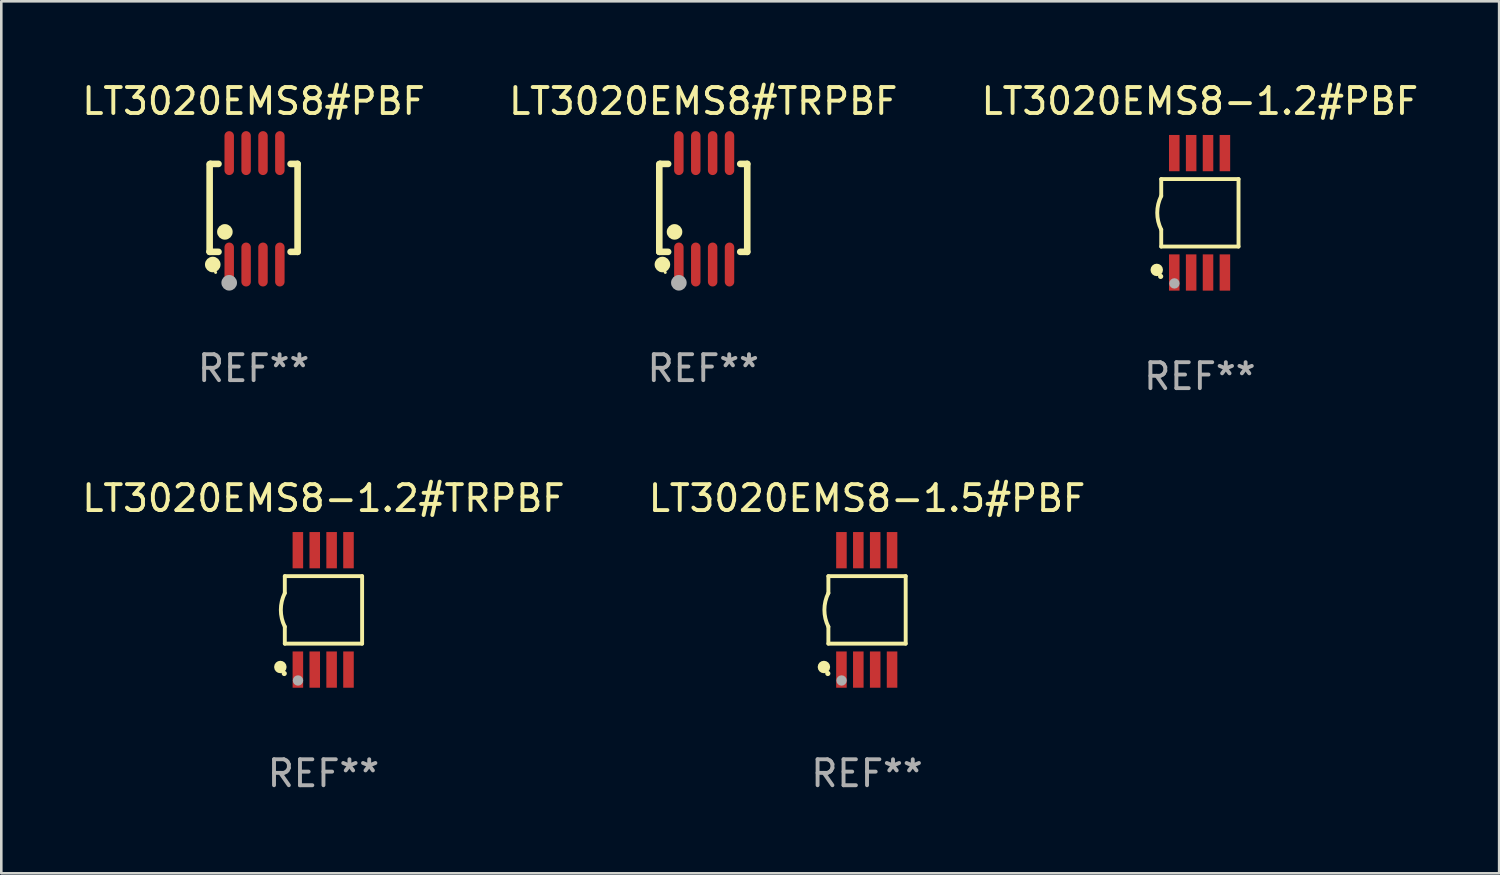
<source format=kicad_pcb>
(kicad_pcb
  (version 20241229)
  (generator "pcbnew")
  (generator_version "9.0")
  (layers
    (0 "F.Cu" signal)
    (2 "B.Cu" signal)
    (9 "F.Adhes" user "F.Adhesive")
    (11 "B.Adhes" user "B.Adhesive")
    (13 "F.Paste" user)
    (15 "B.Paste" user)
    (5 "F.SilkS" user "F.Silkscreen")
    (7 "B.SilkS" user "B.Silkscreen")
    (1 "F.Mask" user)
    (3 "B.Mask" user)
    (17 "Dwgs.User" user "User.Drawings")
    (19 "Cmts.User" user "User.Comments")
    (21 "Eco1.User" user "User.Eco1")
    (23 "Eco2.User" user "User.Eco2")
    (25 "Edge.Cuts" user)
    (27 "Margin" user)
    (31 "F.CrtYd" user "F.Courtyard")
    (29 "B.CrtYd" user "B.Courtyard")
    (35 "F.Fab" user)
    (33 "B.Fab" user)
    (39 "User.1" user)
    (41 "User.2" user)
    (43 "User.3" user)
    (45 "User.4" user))
  (footprint "LT3020EMS8-1.2#PBF"
    (layer "F.Cu")
    (at 43.173 5.148)
    (property "Reference" "LT3020EMS8-1.2#PBF" (at 0 -4.3 0) (layer "F.SilkS") (effects (font (size 1 1) (thickness 0.15))))
    (attr through_hole)
    (fp_line (start -1.489 -1.3) (end -1.489 -0.648) (stroke (width 0.15) (type solid)) (layer "F.SilkS"))
    (fp_line (start -1.489 0.648) (end -1.489 1.3) (stroke (width 0.15) (type solid)) (layer "F.SilkS"))
    (fp_line (start -1.489 1.3) (end 1.489 1.3) (stroke (width 0.15) (type solid)) (layer "F.SilkS"))
    (fp_line (start 1.489 -1.3) (end -1.489 -1.3) (stroke (width 0.15) (type solid)) (layer "F.SilkS"))
    (fp_line (start 1.489 1.3) (end 1.489 -1.3) (stroke (width 0.15) (type solid)) (layer "F.SilkS"))
    (fp_arc (start -1.489205 0.647702) (mid -1.642107 0) (end -1.489205 -0.647701) (stroke (width 0.150013) (type solid)) (layer "F.SilkS"))
    (fp_circle (center -1.661 2.2) (end -1.541 2.2) (stroke (width 0.24) (type solid)) (fill no) (layer "F.SilkS"))
    (fp_circle (center -1.511 2.45) (end -1.461 2.45) (stroke (width 0.1) (type solid)) (fill no) (layer "F.SilkS"))
    (fp_circle (center -0.981 2.72) (end -0.881 2.72) (stroke (width 0.2) (type solid)) (fill no) (layer "F.Fab"))
    (fp_text user "REF**" (at 0 6.3 0) (layer "F.Fab") (effects (font (size 1 1) (thickness 0.15))))
    (pad "1" smd rect (at -0.986 2.3) (size 0.406 1.397) (layers "F.Cu" "F.Mask" "F.Paste"))
    (pad "2" smd rect (at -0.336 2.3) (size 0.406 1.397) (layers "F.Cu" "F.Mask" "F.Paste"))
    (pad "3" smd rect (at 0.314 2.3) (size 0.406 1.397) (layers "F.Cu" "F.Mask" "F.Paste"))
    (pad "4" smd rect (at 0.964 2.3) (size 0.406 1.397) (layers "F.Cu" "F.Mask" "F.Paste"))
    (pad "5" smd rect (at 0.964 -2.3) (size 0.406 1.397) (layers "F.Cu" "F.Mask" "F.Paste"))
    (pad "6" smd rect (at 0.314 -2.3) (size 0.406 1.397) (layers "F.Cu" "F.Mask" "F.Paste"))
    (pad "7" smd rect (at -0.336 -2.3) (size 0.406 1.397) (layers "F.Cu" "F.Mask" "F.Paste"))
    (pad "8" smd rect (at -0.986 -2.3) (size 0.406 1.397) (layers "F.Cu" "F.Mask" "F.Paste")))
  (footprint "LT3020EMS8#PBF"
    (layer "F.Cu")
    (at 6.72 4.994)
    (property "Reference" "LT3020EMS8#PBF" (at 0 -4.146 0) (layer "F.SilkS") (effects (font (size 1 1) (thickness 0.15))))
    (attr through_hole)
    (fp_line (start -1.694 -1.724) (end -1.694 1.652) (stroke (width 0.254) (type solid)) (layer "F.SilkS"))
    (fp_line (start -1.694 1.652) (end -1.688 1.658) (stroke (width 0.254) (type solid)) (layer "F.SilkS"))
    (fp_line (start -1.688 1.658) (end -1.353 1.658) (stroke (width 0.254) (type solid)) (layer "F.SilkS"))
    (fp_line (start -1.661 -1.73) (end -1.681 -1.71) (stroke (width 0.254) (type solid)) (layer "F.SilkS"))
    (fp_line (start -1.353 -1.73) (end -1.661 -1.73) (stroke (width 0.254) (type solid)) (layer "F.SilkS"))
    (fp_line (start 1.424 1.658) (end 1.694 1.658) (stroke (width 0.254) (type solid)) (layer "F.SilkS"))
    (fp_line (start 1.694 -1.73) (end 1.424 -1.73) (stroke (width 0.254) (type solid)) (layer "F.SilkS"))
    (fp_line (start 1.694 1.658) (end 1.694 -1.73) (stroke (width 0.254) (type solid)) (layer "F.SilkS"))
    (fp_circle (center -1.574 2.146) (end -1.424 2.146) (stroke (width 0.3) (type solid)) (fill no) (layer "F.SilkS"))
    (fp_circle (center -1.464 2.45) (end -1.434 2.45) (stroke (width 0.06) (type solid)) (fill no) (layer "F.SilkS"))
    (fp_circle (center -1.107 0.889) (end -0.957 0.889) (stroke (width 0.3) (type solid)) (fill no) (layer "F.SilkS"))
    (fp_circle (center -0.94 2.85) (end -0.789 2.85) (stroke (width 0.3) (type solid)) (fill no) (layer "F.Fab"))
    (fp_text user "REF**" (at 0 6.146 0) (layer "F.Fab") (effects (font (size 1 1) (thickness 0.15))))
    (pad "1" smd oval (at -0.94 2.146) (size 0.364 1.692) (layers "F.Cu" "F.Mask" "F.Paste"))
    (pad "2" smd oval (at -0.289 2.146) (size 0.364 1.692) (layers "F.Cu" "F.Mask" "F.Paste"))
    (pad "3" smd oval (at 0.361 2.146) (size 0.364 1.692) (layers "F.Cu" "F.Mask" "F.Paste"))
    (pad "4" smd oval (at 1.011 2.146) (size 0.364 1.692) (layers "F.Cu" "F.Mask" "F.Paste"))
    (pad "5" smd oval (at 1.011 -2.146) (size 0.364 1.692) (layers "F.Cu" "F.Mask" "F.Paste"))
    (pad "6" smd oval (at 0.361 -2.146) (size 0.364 1.692) (layers "F.Cu" "F.Mask" "F.Paste"))
    (pad "7" smd oval (at -0.289 -2.146) (size 0.364 1.692) (layers "F.Cu" "F.Mask" "F.Paste"))
    (pad "8" smd oval (at -0.94 -2.146) (size 0.364 1.692) (layers "F.Cu" "F.Mask" "F.Paste")))
  (footprint "LT3020EMS8#TRPBF"
    (layer "F.Cu")
    (at 24.042 4.994)
    (property "Reference" "LT3020EMS8#TRPBF" (at 0 -4.146 0) (layer "F.SilkS") (effects (font (size 1 1) (thickness 0.15))))
    (attr through_hole)
    (fp_line (start -1.694 -1.724) (end -1.694 1.652) (stroke (width 0.254) (type solid)) (layer "F.SilkS"))
    (fp_line (start -1.694 1.652) (end -1.688 1.658) (stroke (width 0.254) (type solid)) (layer "F.SilkS"))
    (fp_line (start -1.688 1.658) (end -1.353 1.658) (stroke (width 0.254) (type solid)) (layer "F.SilkS"))
    (fp_line (start -1.661 -1.73) (end -1.681 -1.71) (stroke (width 0.254) (type solid)) (layer "F.SilkS"))
    (fp_line (start -1.353 -1.73) (end -1.661 -1.73) (stroke (width 0.254) (type solid)) (layer "F.SilkS"))
    (fp_line (start 1.424 1.658) (end 1.694 1.658) (stroke (width 0.254) (type solid)) (layer "F.SilkS"))
    (fp_line (start 1.694 -1.73) (end 1.424 -1.73) (stroke (width 0.254) (type solid)) (layer "F.SilkS"))
    (fp_line (start 1.694 1.658) (end 1.694 -1.73) (stroke (width 0.254) (type solid)) (layer "F.SilkS"))
    (fp_circle (center -1.574 2.146) (end -1.424 2.146) (stroke (width 0.3) (type solid)) (fill no) (layer "F.SilkS"))
    (fp_circle (center -1.464 2.45) (end -1.434 2.45) (stroke (width 0.06) (type solid)) (fill no) (layer "F.SilkS"))
    (fp_circle (center -1.107 0.889) (end -0.957 0.889) (stroke (width 0.3) (type solid)) (fill no) (layer "F.SilkS"))
    (fp_circle (center -0.94 2.85) (end -0.789 2.85) (stroke (width 0.3) (type solid)) (fill no) (layer "F.Fab"))
    (fp_text user "REF**" (at 0 6.146 0) (layer "F.Fab") (effects (font (size 1 1) (thickness 0.15))))
    (pad "1" smd oval (at -0.94 2.146) (size 0.364 1.692) (layers "F.Cu" "F.Mask" "F.Paste"))
    (pad "2" smd oval (at -0.289 2.146) (size 0.364 1.692) (layers "F.Cu" "F.Mask" "F.Paste"))
    (pad "3" smd oval (at 0.361 2.146) (size 0.364 1.692) (layers "F.Cu" "F.Mask" "F.Paste"))
    (pad "4" smd oval (at 1.011 2.146) (size 0.364 1.692) (layers "F.Cu" "F.Mask" "F.Paste"))
    (pad "5" smd oval (at 1.011 -2.146) (size 0.364 1.692) (layers "F.Cu" "F.Mask" "F.Paste"))
    (pad "6" smd oval (at 0.361 -2.146) (size 0.364 1.692) (layers "F.Cu" "F.Mask" "F.Paste"))
    (pad "7" smd oval (at -0.289 -2.146) (size 0.364 1.692) (layers "F.Cu" "F.Mask" "F.Paste"))
    (pad "8" smd oval (at -0.94 -2.146) (size 0.364 1.692) (layers "F.Cu" "F.Mask" "F.Paste")))
  (footprint "LT3020EMS8-1.5#PBF"
    (layer "F.Cu")
    (at 30.351 20.445)
    (property "Reference" "LT3020EMS8-1.5#PBF" (at 0 -4.3 0) (layer "F.SilkS") (effects (font (size 1 1) (thickness 0.15))))
    (attr through_hole)
    (fp_line (start -1.489 -1.3) (end -1.489 -0.648) (stroke (width 0.15) (type solid)) (layer "F.SilkS"))
    (fp_line (start -1.489 0.648) (end -1.489 1.3) (stroke (width 0.15) (type solid)) (layer "F.SilkS"))
    (fp_line (start -1.489 1.3) (end 1.489 1.3) (stroke (width 0.15) (type solid)) (layer "F.SilkS"))
    (fp_line (start 1.489 -1.3) (end -1.489 -1.3) (stroke (width 0.15) (type solid)) (layer "F.SilkS"))
    (fp_line (start 1.489 1.3) (end 1.489 -1.3) (stroke (width 0.15) (type solid)) (layer "F.SilkS"))
    (fp_arc (start -1.489205 0.647702) (mid -1.642107 0) (end -1.489205 -0.647701) (stroke (width 0.150013) (type solid)) (layer "F.SilkS"))
    (fp_circle (center -1.661 2.2) (end -1.541 2.2) (stroke (width 0.24) (type solid)) (fill no) (layer "F.SilkS"))
    (fp_circle (center -1.511 2.45) (end -1.461 2.45) (stroke (width 0.1) (type solid)) (fill no) (layer "F.SilkS"))
    (fp_circle (center -0.981 2.72) (end -0.881 2.72) (stroke (width 0.2) (type solid)) (fill no) (layer "F.Fab"))
    (fp_text user "REF**" (at 0 6.3 0) (layer "F.Fab") (effects (font (size 1 1) (thickness 0.15))))
    (pad "1" smd rect (at -0.986 2.3) (size 0.406 1.397) (layers "F.Cu" "F.Mask" "F.Paste"))
    (pad "2" smd rect (at -0.336 2.3) (size 0.406 1.397) (layers "F.Cu" "F.Mask" "F.Paste"))
    (pad "3" smd rect (at 0.314 2.3) (size 0.406 1.397) (layers "F.Cu" "F.Mask" "F.Paste"))
    (pad "4" smd rect (at 0.964 2.3) (size 0.406 1.397) (layers "F.Cu" "F.Mask" "F.Paste"))
    (pad "5" smd rect (at 0.964 -2.3) (size 0.406 1.397) (layers "F.Cu" "F.Mask" "F.Paste"))
    (pad "6" smd rect (at 0.314 -2.3) (size 0.406 1.397) (layers "F.Cu" "F.Mask" "F.Paste"))
    (pad "7" smd rect (at -0.336 -2.3) (size 0.406 1.397) (layers "F.Cu" "F.Mask" "F.Paste"))
    (pad "8" smd rect (at -0.986 -2.3) (size 0.406 1.397) (layers "F.Cu" "F.Mask" "F.Paste")))
  (footprint "LT3020EMS8-1.2#TRPBF"
    (layer "F.Cu")
    (at 9.411 20.445)
    (property "Reference" "LT3020EMS8-1.2#TRPBF" (at 0 -4.3 0) (layer "F.SilkS") (effects (font (size 1 1) (thickness 0.15))))
    (attr through_hole)
    (fp_line (start -1.489 -1.3) (end -1.489 -0.648) (stroke (width 0.15) (type solid)) (layer "F.SilkS"))
    (fp_line (start -1.489 0.648) (end -1.489 1.3) (stroke (width 0.15) (type solid)) (layer "F.SilkS"))
    (fp_line (start -1.489 1.3) (end 1.489 1.3) (stroke (width 0.15) (type solid)) (layer "F.SilkS"))
    (fp_line (start 1.489 -1.3) (end -1.489 -1.3) (stroke (width 0.15) (type solid)) (layer "F.SilkS"))
    (fp_line (start 1.489 1.3) (end 1.489 -1.3) (stroke (width 0.15) (type solid)) (layer "F.SilkS"))
    (fp_arc (start -1.489205 0.647702) (mid -1.642107 0) (end -1.489205 -0.647701) (stroke (width 0.150013) (type solid)) (layer "F.SilkS"))
    (fp_circle (center -1.661 2.2) (end -1.541 2.2) (stroke (width 0.24) (type solid)) (fill no) (layer "F.SilkS"))
    (fp_circle (center -1.511 2.45) (end -1.461 2.45) (stroke (width 0.1) (type solid)) (fill no) (layer "F.SilkS"))
    (fp_circle (center -0.981 2.72) (end -0.881 2.72) (stroke (width 0.2) (type solid)) (fill no) (layer "F.Fab"))
    (fp_text user "REF**" (at 0 6.3 0) (layer "F.Fab") (effects (font (size 1 1) (thickness 0.15))))
    (pad "1" smd rect (at -0.986 2.3) (size 0.406 1.397) (layers "F.Cu" "F.Mask" "F.Paste"))
    (pad "2" smd rect (at -0.336 2.3) (size 0.406 1.397) (layers "F.Cu" "F.Mask" "F.Paste"))
    (pad "3" smd rect (at 0.314 2.3) (size 0.406 1.397) (layers "F.Cu" "F.Mask" "F.Paste"))
    (pad "4" smd rect (at 0.964 2.3) (size 0.406 1.397) (layers "F.Cu" "F.Mask" "F.Paste"))
    (pad "5" smd rect (at 0.964 -2.3) (size 0.406 1.397) (layers "F.Cu" "F.Mask" "F.Paste"))
    (pad "6" smd rect (at 0.314 -2.3) (size 0.406 1.397) (layers "F.Cu" "F.Mask" "F.Paste"))
    (pad "7" smd rect (at -0.336 -2.3) (size 0.406 1.397) (layers "F.Cu" "F.Mask" "F.Paste"))
    (pad "8" smd rect (at -0.986 -2.3) (size 0.406 1.397) (layers "F.Cu" "F.Mask" "F.Paste")))
  (gr_rect
    (start -3 -3)
    (end 54.702 30.593)
    (stroke (width 0.1) (type default))
    (fill no)
    (layer "Edge.Cuts")))
</source>
